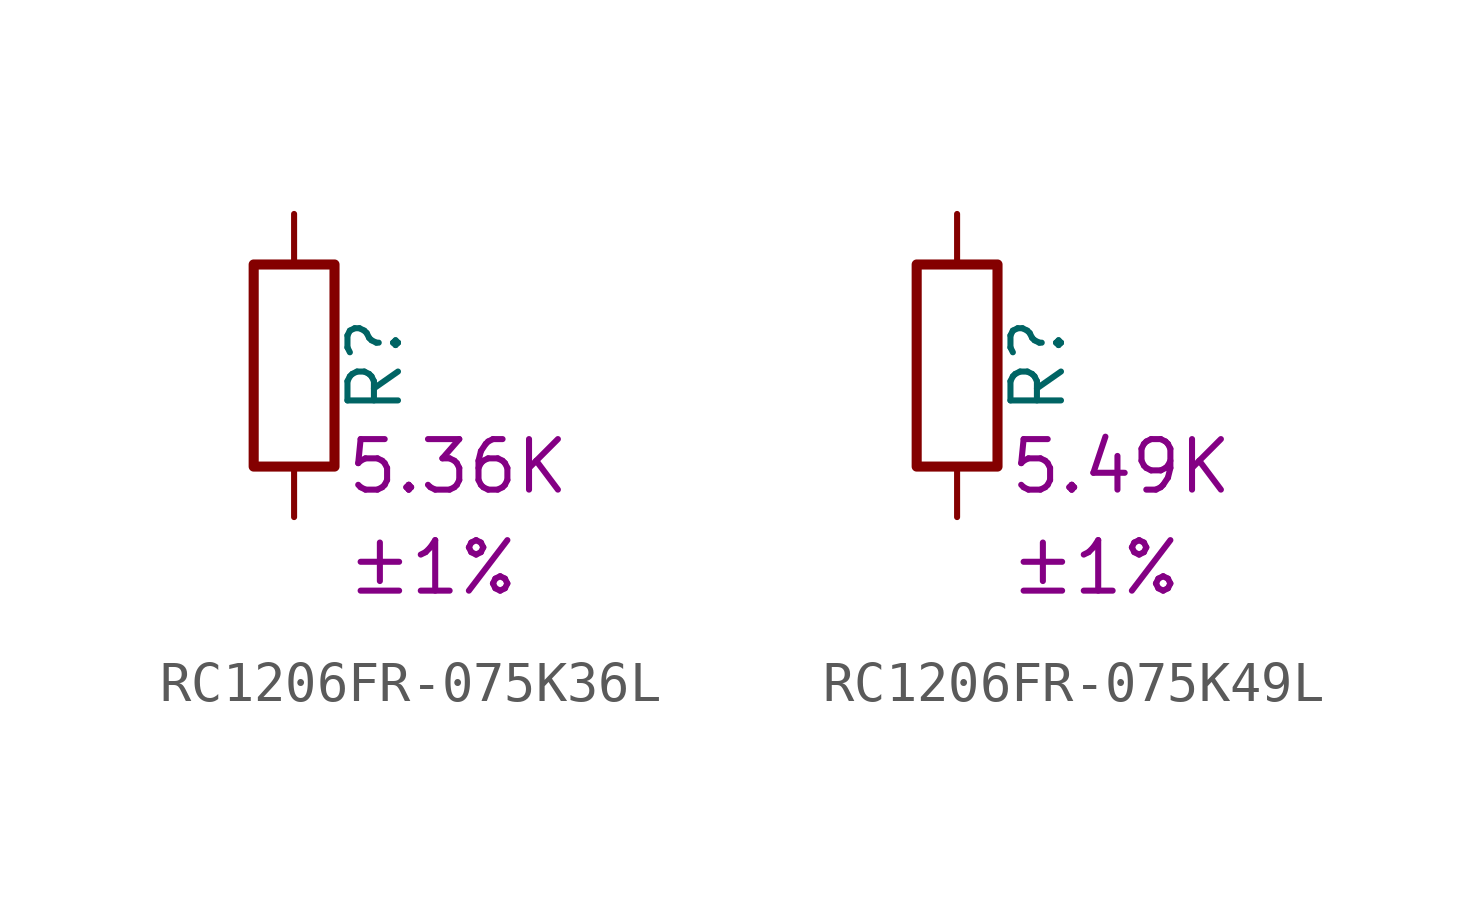
<source format=kicad_sym>
(kicad_symbol_lib
  (version 20220914)
  (generator kicad_symbol_editor)
  (symbol "RC1206FR-075K36L"
    (pin_numbers hide)
    (pin_names
      (offset 0))
    (property "Reference" "R"
      (at 2.032 0 90)
      (effects (font (size 1.27 1.27))))
    (property "Resistance" "5.36K"
      (at 1.27 -2.54 0)
      (effects (font (size 1.27 1.27)) (justify left)))
    (property "Tolerance" "±1%"
      (at 1.27 -5.08 0)
      (effects (font (size 1.27 1.27)) (justify left)))
    (symbol "RC1206FR-075K36L_0_1"
      (rectangle (start -1.016 -2.54) (end 1.016 2.54) (stroke (width 0.254) (type default)) (fill (type none))))
    (symbol "RC1206FR-075K36L_1_1"
      (pin passive line (at 0 3.81 270) (length 1.27) (name "~" (effects (font (size 1.27 1.27)))) (number "1" (effects (font (size 1.27 1.27)))))
      (pin passive line (at 0 -3.81 90) (length 1.27) (name "~" (effects (font (size 1.27 1.27)))) (number "2" (effects (font (size 1.27 1.27)))))))
  (symbol "RC1206FR-075K49L"
    (pin_numbers hide)
    (pin_names
      (offset 0))
    (property "Reference" "R"
      (at 2.032 0 90)
      (effects (font (size 1.27 1.27))))
    (property "Resistance" "5.49K"
      (at 1.27 -2.54 0)
      (effects (font (size 1.27 1.27)) (justify left)))
    (property "Tolerance" "±1%"
      (at 1.27 -5.08 0)
      (effects (font (size 1.27 1.27)) (justify left)))
    (symbol "RC1206FR-075K49L_0_1"
      (rectangle (start -1.016 -2.54) (end 1.016 2.54) (stroke (width 0.254) (type default)) (fill (type none))))
    (symbol "RC1206FR-075K49L_1_1"
      (pin passive line (at 0 3.81 270) (length 1.27) (name "~" (effects (font (size 1.27 1.27)))) (number "1" (effects (font (size 1.27 1.27)))))
      (pin passive line (at 0 -3.81 90) (length 1.27) (name "~" (effects (font (size 1.27 1.27)))) (number "2" (effects (font (size 1.27 1.27))))))))
</source>
